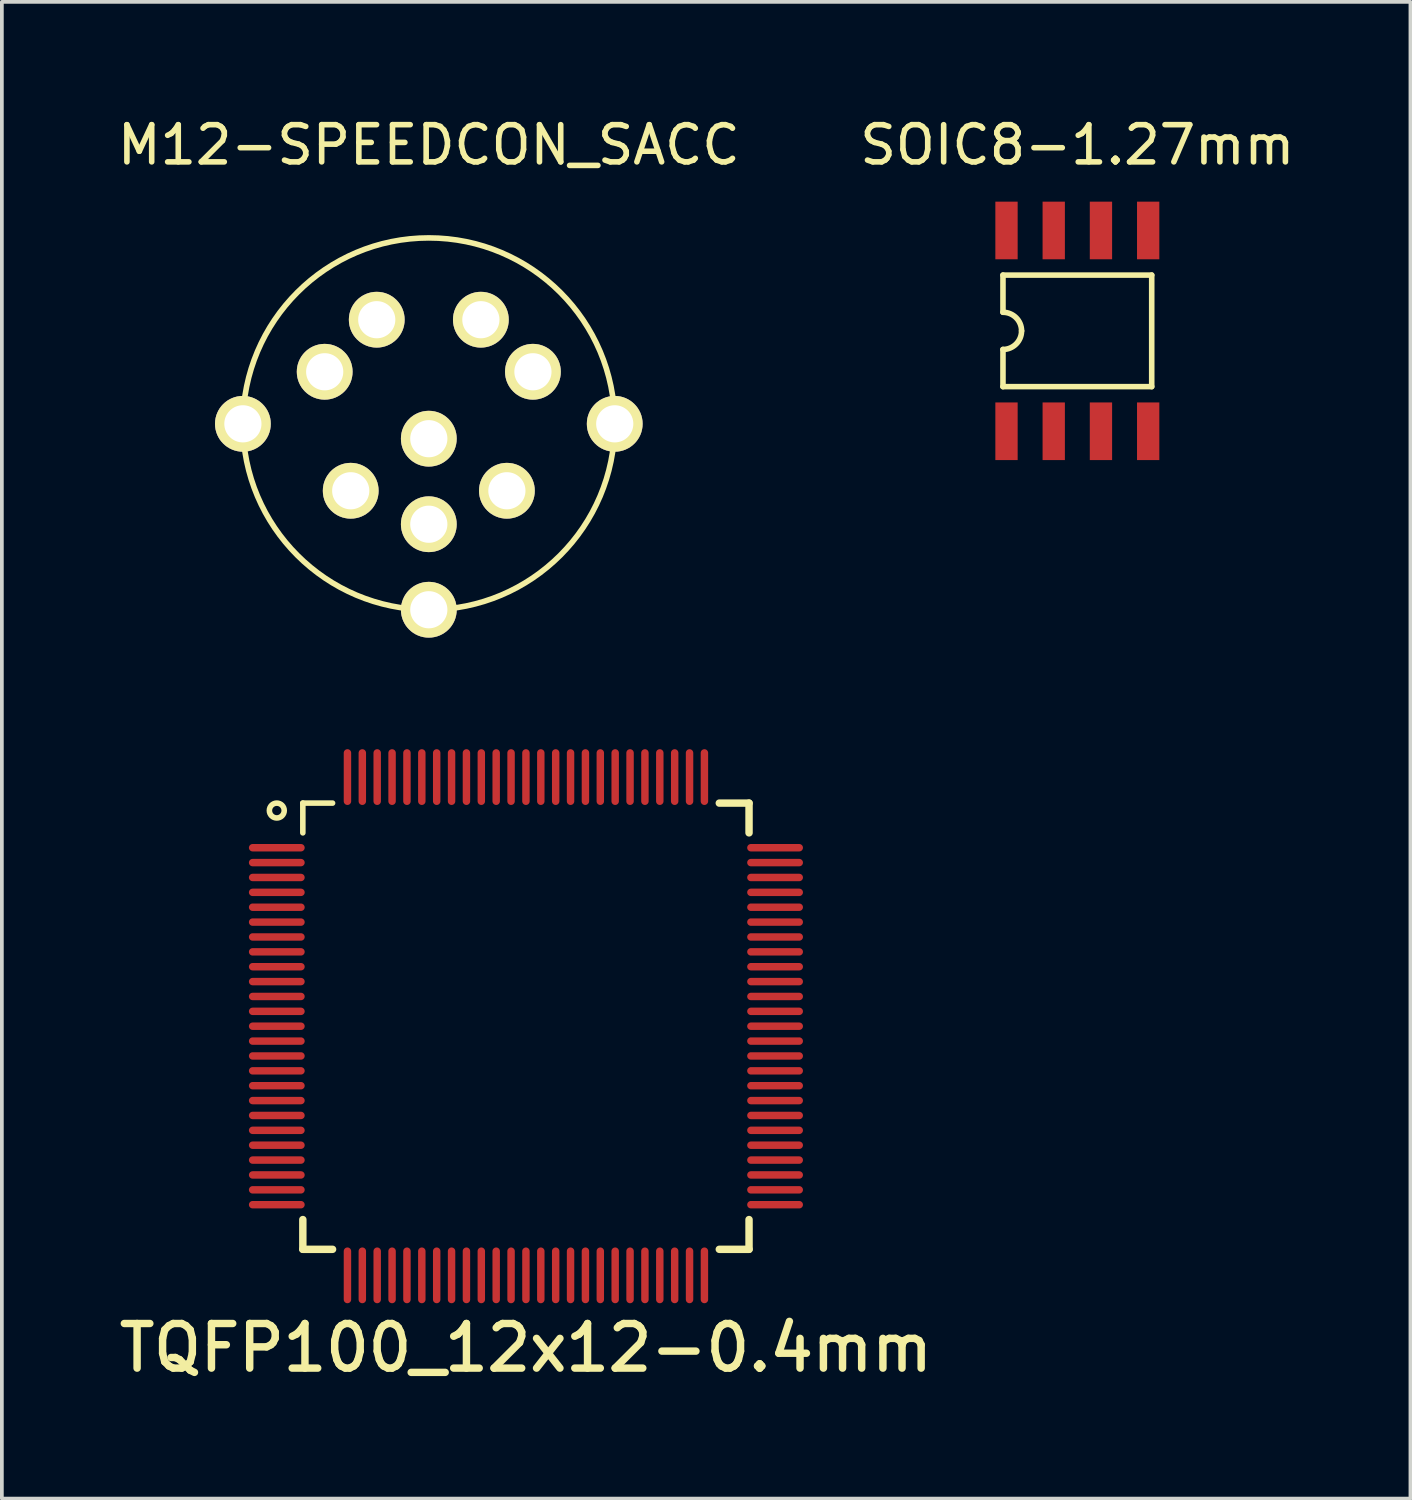
<source format=kicad_pcb>
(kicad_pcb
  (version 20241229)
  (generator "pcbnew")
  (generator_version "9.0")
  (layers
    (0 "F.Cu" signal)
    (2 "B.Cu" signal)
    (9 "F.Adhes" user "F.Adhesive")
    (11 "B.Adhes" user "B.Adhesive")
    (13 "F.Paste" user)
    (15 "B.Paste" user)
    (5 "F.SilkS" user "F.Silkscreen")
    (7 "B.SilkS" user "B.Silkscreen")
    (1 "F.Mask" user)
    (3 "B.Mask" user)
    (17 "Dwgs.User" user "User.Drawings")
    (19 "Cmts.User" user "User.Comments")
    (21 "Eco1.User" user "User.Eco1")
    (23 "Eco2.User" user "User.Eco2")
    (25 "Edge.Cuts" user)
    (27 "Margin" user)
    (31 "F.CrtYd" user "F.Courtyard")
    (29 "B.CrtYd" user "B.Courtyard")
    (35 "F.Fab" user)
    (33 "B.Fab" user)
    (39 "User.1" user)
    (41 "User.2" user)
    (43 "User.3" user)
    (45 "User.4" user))
  (footprint "SOIC8-1.27mm"
    (layer "F.Cu")
    (at 25.923 5.848)
    (property "Reference" "SOIC8-1.27mm" (at 0 -5 0) (layer "F.SilkS") (effects (font (size 1 1) (thickness 0.15))))
    (attr through_hole)
    (fp_line (start -2 -1.5) (end -2 -0.5) (stroke (width 0.15) (type solid)) (layer "F.SilkS"))
    (fp_line (start -2 -1.5) (end 2 -1.5) (stroke (width 0.15) (type solid)) (layer "F.SilkS"))
    (fp_line (start -2 1.5) (end -2 0.5) (stroke (width 0.15) (type solid)) (layer "F.SilkS"))
    (fp_line (start 2 -1.5) (end 2 1.5) (stroke (width 0.15) (type solid)) (layer "F.SilkS"))
    (fp_line (start 2 1.5) (end -2 1.5) (stroke (width 0.15) (type solid)) (layer "F.SilkS"))
    (fp_arc (start -2 -0.5) (mid -1.646447 -0.353553) (end -1.5 0) (stroke (width 0.15) (type solid)) (layer "F.SilkS"))
    (fp_arc (start -1.5 0) (mid -1.646447 0.353553) (end -2 0.5) (stroke (width 0.15) (type solid)) (layer "F.SilkS"))
    (pad "1" smd rect (at -1.905 2.7) (size 0.6 1.55) (layers "F.Cu" "F.Mask" "F.Paste"))
    (pad "2" smd rect (at -0.635 2.7) (size 0.6 1.55) (layers "F.Cu" "F.Mask" "F.Paste"))
    (pad "3" smd rect (at 0.635 2.7) (size 0.6 1.55) (layers "F.Cu" "F.Mask" "F.Paste"))
    (pad "4" smd rect (at 1.905 2.7) (size 0.6 1.55) (layers "F.Cu" "F.Mask" "F.Paste"))
    (pad "5" smd rect (at 1.905 -2.7) (size 0.6 1.55) (layers "F.Cu" "F.Mask" "F.Paste"))
    (pad "6" smd rect (at 0.635 -2.7) (size 0.6 1.55) (layers "F.Cu" "F.Mask" "F.Paste"))
    (pad "7" smd rect (at -0.635 -2.7) (size 0.6 1.55) (layers "F.Cu" "F.Mask" "F.Paste"))
    (pad "8" smd rect (at -1.905 -2.7) (size 0.6 1.55) (layers "F.Cu" "F.Mask" "F.Paste")))
  (footprint "M12-SPEEDCON_SACC"
    (layer "F.Cu")
    (at 8.482 8.348)
    (property "Reference" "M12-SPEEDCON_SACC" (at 0 -7.5 0) (layer "F.SilkS") (effects (font (size 1 1) (thickness 0.15))))
    (attr through_hole)
    (fp_circle (center 0 0) (end 5 0) (stroke (width 0.15) (type solid)) (fill no) (layer "F.SilkS"))
    (pad "" thru_hole circle (at -5 0) (size 1.5 1.5) (drill 1) (layers "*.Cu" "*.Mask" "F.SilkS"))
    (pad "" thru_hole circle (at 0 5) (size 1.5 1.5) (drill 1) (layers "*.Cu" "*.Mask" "F.SilkS"))
    (pad "" thru_hole circle (at 5 0) (size 1.5 1.5) (drill 1) (layers "*.Cu" "*.Mask" "F.SilkS"))
    (pad "1" thru_hole circle (at -2.8 -1.4) (size 1.5 1.5) (drill 1) (layers "*.Cu" "*.Mask" "F.SilkS"))
    (pad "2" thru_hole circle (at -1.4 -2.8) (size 1.5 1.5) (drill 1) (layers "*.Cu" "*.Mask" "F.SilkS"))
    (pad "3" thru_hole circle (at 1.4 -2.8) (size 1.5 1.5) (drill 1) (layers "*.Cu" "*.Mask" "F.SilkS"))
    (pad "4" thru_hole circle (at 2.8 -1.4) (size 1.5 1.5) (drill 1) (layers "*.Cu" "*.Mask" "F.SilkS"))
    (pad "5" thru_hole circle (at 2.1 1.8) (size 1.5 1.5) (drill 1) (layers "*.Cu" "*.Mask" "F.SilkS"))
    (pad "6" thru_hole circle (at 0 2.7) (size 1.5 1.5) (drill 1) (layers "*.Cu" "*.Mask" "F.SilkS"))
    (pad "7" thru_hole circle (at -2.1 1.8) (size 1.5 1.5) (drill 1) (layers "*.Cu" "*.Mask" "F.SilkS"))
    (pad "8" thru_hole circle (at 0 0.4) (size 1.5 1.5) (drill 1) (layers "*.Cu" "*.Mask" "F.SilkS")))
  (footprint "TQFP100_12x12-0.4mm"
    (layer "F.Cu")
    (at 11.094 24.548)
    (property "Reference" "TQFP100_12x12-0.4mm" (at 0 8.65 0) (layer "F.SilkS") (effects (font (size 1.2 1.2) (thickness 0.2))))
    (attr through_hole)
    (fp_line (start -6 -6) (end -6 -5.2) (stroke (width 0.15) (type solid)) (layer "F.SilkS"))
    (fp_line (start -6 6) (end -6 5.2) (stroke (width 0.2) (type solid)) (layer "F.SilkS"))
    (fp_line (start -5.2 -6) (end -6 -6) (stroke (width 0.15) (type solid)) (layer "F.SilkS"))
    (fp_line (start -5.2 6) (end -6 6) (stroke (width 0.2) (type solid)) (layer "F.SilkS"))
    (fp_line (start 5.2 -6) (end 6 -6) (stroke (width 0.2) (type solid)) (layer "F.SilkS"))
    (fp_line (start 5.2 6) (end 6 6) (stroke (width 0.2) (type solid)) (layer "F.SilkS"))
    (fp_line (start 6 -6) (end 6 -5.2) (stroke (width 0.2) (type solid)) (layer "F.SilkS"))
    (fp_line (start 6 6) (end 6 5.2) (stroke (width 0.2) (type solid)) (layer "F.SilkS"))
    (fp_circle (center -6.7 -5.8) (end -6.9 -5.8) (stroke (width 0.15) (type solid)) (fill no) (layer "F.SilkS"))
    (pad "1" smd oval (at -6.7 -4.8) (size 1.5 0.2) (layers "F.Cu" "F.Mask" "F.Paste"))
    (pad "2" smd oval (at -6.7 -4.4) (size 1.5 0.2) (layers "F.Cu" "F.Mask" "F.Paste"))
    (pad "3" smd oval (at -6.7 -4) (size 1.5 0.2) (layers "F.Cu" "F.Mask" "F.Paste"))
    (pad "4" smd oval (at -6.7 -3.6) (size 1.5 0.2) (layers "F.Cu" "F.Mask" "F.Paste"))
    (pad "5" smd oval (at -6.7 -3.2) (size 1.5 0.2) (layers "F.Cu" "F.Mask" "F.Paste"))
    (pad "6" smd oval (at -6.7 -2.8) (size 1.5 0.2) (layers "F.Cu" "F.Mask" "F.Paste"))
    (pad "7" smd oval (at -6.7 -2.4) (size 1.5 0.2) (layers "F.Cu" "F.Mask" "F.Paste"))
    (pad "8" smd oval (at -6.7 -2) (size 1.5 0.2) (layers "F.Cu" "F.Mask" "F.Paste"))
    (pad "9" smd oval (at -6.7 -1.6) (size 1.5 0.2) (layers "F.Cu" "F.Mask" "F.Paste"))
    (pad "10" smd oval (at -6.7 -1.2) (size 1.5 0.2) (layers "F.Cu" "F.Mask" "F.Paste"))
    (pad "11" smd oval (at -6.7 -0.8) (size 1.5 0.2) (layers "F.Cu" "F.Mask" "F.Paste"))
    (pad "12" smd oval (at -6.7 -0.4) (size 1.5 0.2) (layers "F.Cu" "F.Mask" "F.Paste"))
    (pad "13" smd oval (at -6.7 0) (size 1.5 0.2) (layers "F.Cu" "F.Mask" "F.Paste"))
    (pad "14" smd oval (at -6.7 0.4) (size 1.5 0.2) (layers "F.Cu" "F.Mask" "F.Paste"))
    (pad "15" smd oval (at -6.7 0.8) (size 1.5 0.2) (layers "F.Cu" "F.Mask" "F.Paste"))
    (pad "16" smd oval (at -6.7 1.2) (size 1.5 0.2) (layers "F.Cu" "F.Mask" "F.Paste"))
    (pad "17" smd oval (at -6.7 1.6) (size 1.5 0.2) (layers "F.Cu" "F.Mask" "F.Paste"))
    (pad "18" smd oval (at -6.7 2) (size 1.5 0.2) (layers "F.Cu" "F.Mask" "F.Paste"))
    (pad "19" smd oval (at -6.7 2.4) (size 1.5 0.2) (layers "F.Cu" "F.Mask" "F.Paste"))
    (pad "20" smd oval (at -6.7 2.8) (size 1.5 0.2) (layers "F.Cu" "F.Mask" "F.Paste"))
    (pad "21" smd oval (at -6.7 3.2) (size 1.5 0.2) (layers "F.Cu" "F.Mask" "F.Paste"))
    (pad "22" smd oval (at -6.7 3.6) (size 1.5 0.2) (layers "F.Cu" "F.Mask" "F.Paste"))
    (pad "23" smd oval (at -6.7 4) (size 1.5 0.2) (layers "F.Cu" "F.Mask" "F.Paste"))
    (pad "24" smd oval (at -6.7 4.4) (size 1.5 0.2) (layers "F.Cu" "F.Mask" "F.Paste"))
    (pad "25" smd oval (at -6.7 4.8) (size 1.5 0.2) (layers "F.Cu" "F.Mask" "F.Paste"))
    (pad "26" smd oval (at -4.8 6.7) (size 0.2 1.5) (layers "F.Cu" "F.Mask" "F.Paste"))
    (pad "27" smd oval (at -4.4 6.7) (size 0.2 1.5) (layers "F.Cu" "F.Mask" "F.Paste"))
    (pad "28" smd oval (at -4 6.7) (size 0.2 1.5) (layers "F.Cu" "F.Mask" "F.Paste"))
    (pad "29" smd oval (at -3.6 6.7) (size 0.2 1.5) (layers "F.Cu" "F.Mask" "F.Paste"))
    (pad "30" smd oval (at -3.2 6.7) (size 0.2 1.5) (layers "F.Cu" "F.Mask" "F.Paste"))
    (pad "31" smd oval (at -2.8 6.7) (size 0.2 1.5) (layers "F.Cu" "F.Mask" "F.Paste"))
    (pad "32" smd oval (at -2.4 6.7) (size 0.2 1.5) (layers "F.Cu" "F.Mask" "F.Paste"))
    (pad "33" smd oval (at -2 6.7) (size 0.2 1.5) (layers "F.Cu" "F.Mask" "F.Paste"))
    (pad "34" smd oval (at -1.6 6.7) (size 0.2 1.5) (layers "F.Cu" "F.Mask" "F.Paste"))
    (pad "35" smd oval (at -1.2 6.7) (size 0.2 1.5) (layers "F.Cu" "F.Mask" "F.Paste"))
    (pad "36" smd oval (at -0.8 6.7) (size 0.2 1.5) (layers "F.Cu" "F.Mask" "F.Paste"))
    (pad "37" smd oval (at -0.4 6.7) (size 0.2 1.5) (layers "F.Cu" "F.Mask" "F.Paste"))
    (pad "38" smd oval (at 0 6.7) (size 0.2 1.5) (layers "F.Cu" "F.Mask" "F.Paste"))
    (pad "39" smd oval (at 0.4 6.7) (size 0.2 1.5) (layers "F.Cu" "F.Mask" "F.Paste"))
    (pad "40" smd oval (at 0.8 6.7) (size 0.2 1.5) (layers "F.Cu" "F.Mask" "F.Paste"))
    (pad "41" smd oval (at 1.2 6.7) (size 0.2 1.5) (layers "F.Cu" "F.Mask" "F.Paste"))
    (pad "42" smd oval (at 1.6 6.7) (size 0.2 1.5) (layers "F.Cu" "F.Mask" "F.Paste"))
    (pad "43" smd oval (at 2 6.7) (size 0.2 1.5) (layers "F.Cu" "F.Mask" "F.Paste"))
    (pad "44" smd oval (at 2.4 6.7) (size 0.2 1.5) (layers "F.Cu" "F.Mask" "F.Paste"))
    (pad "45" smd oval (at 2.8 6.7) (size 0.2 1.5) (layers "F.Cu" "F.Mask" "F.Paste"))
    (pad "46" smd oval (at 3.2 6.7) (size 0.2 1.5) (layers "F.Cu" "F.Mask" "F.Paste"))
    (pad "47" smd oval (at 3.6 6.7) (size 0.2 1.5) (layers "F.Cu" "F.Mask" "F.Paste"))
    (pad "48" smd oval (at 4 6.7) (size 0.2 1.5) (layers "F.Cu" "F.Mask" "F.Paste"))
    (pad "49" smd oval (at 4.4 6.7) (size 0.2 1.5) (layers "F.Cu" "F.Mask" "F.Paste"))
    (pad "50" smd oval (at 4.8 6.7) (size 0.2 1.5) (layers "F.Cu" "F.Mask" "F.Paste"))
    (pad "51" smd oval (at 6.7 4.8) (size 1.5 0.2) (layers "F.Cu" "F.Mask" "F.Paste"))
    (pad "52" smd oval (at 6.7 4.4) (size 1.5 0.2) (layers "F.Cu" "F.Mask" "F.Paste"))
    (pad "53" smd oval (at 6.7 4) (size 1.5 0.2) (layers "F.Cu" "F.Mask" "F.Paste"))
    (pad "54" smd oval (at 6.7 3.6) (size 1.5 0.2) (layers "F.Cu" "F.Mask" "F.Paste"))
    (pad "55" smd oval (at 6.7 3.2) (size 1.5 0.2) (layers "F.Cu" "F.Mask" "F.Paste"))
    (pad "56" smd oval (at 6.7 2.8) (size 1.5 0.2) (layers "F.Cu" "F.Mask" "F.Paste"))
    (pad "57" smd oval (at 6.7 2.4) (size 1.5 0.2) (layers "F.Cu" "F.Mask" "F.Paste"))
    (pad "58" smd oval (at 6.7 2) (size 1.5 0.2) (layers "F.Cu" "F.Mask" "F.Paste"))
    (pad "59" smd oval (at 6.7 1.6) (size 1.5 0.2) (layers "F.Cu" "F.Mask" "F.Paste"))
    (pad "60" smd oval (at 6.7 1.2) (size 1.5 0.2) (layers "F.Cu" "F.Mask" "F.Paste"))
    (pad "61" smd oval (at 6.7 0.8) (size 1.5 0.2) (layers "F.Cu" "F.Mask" "F.Paste"))
    (pad "62" smd oval (at 6.7 0.4) (size 1.5 0.2) (layers "F.Cu" "F.Mask" "F.Paste"))
    (pad "63" smd oval (at 6.7 0) (size 1.5 0.2) (layers "F.Cu" "F.Mask" "F.Paste"))
    (pad "64" smd oval (at 6.7 -0.4) (size 1.5 0.2) (layers "F.Cu" "F.Mask" "F.Paste"))
    (pad "65" smd oval (at 6.7 -0.8) (size 1.5 0.2) (layers "F.Cu" "F.Mask" "F.Paste"))
    (pad "66" smd oval (at 6.7 -1.2) (size 1.5 0.2) (layers "F.Cu" "F.Mask" "F.Paste"))
    (pad "67" smd oval (at 6.7 -1.6) (size 1.5 0.2) (layers "F.Cu" "F.Mask" "F.Paste"))
    (pad "68" smd oval (at 6.7 -2) (size 1.5 0.2) (layers "F.Cu" "F.Mask" "F.Paste"))
    (pad "69" smd oval (at 6.7 -2.4) (size 1.5 0.2) (layers "F.Cu" "F.Mask" "F.Paste"))
    (pad "70" smd oval (at 6.7 -2.8) (size 1.5 0.2) (layers "F.Cu" "F.Mask" "F.Paste"))
    (pad "71" smd oval (at 6.7 -3.2) (size 1.5 0.2) (layers "F.Cu" "F.Mask" "F.Paste"))
    (pad "72" smd oval (at 6.7 -3.6) (size 1.5 0.2) (layers "F.Cu" "F.Mask" "F.Paste"))
    (pad "73" smd oval (at 6.7 -4) (size 1.5 0.2) (layers "F.Cu" "F.Mask" "F.Paste"))
    (pad "74" smd oval (at 6.7 -4.4) (size 1.5 0.2) (layers "F.Cu" "F.Mask" "F.Paste"))
    (pad "75" smd oval (at 6.7 -4.8) (size 1.5 0.2) (layers "F.Cu" "F.Mask" "F.Paste"))
    (pad "76" smd oval (at 4.8 -6.7) (size 0.2 1.5) (layers "F.Cu" "F.Mask" "F.Paste"))
    (pad "77" smd oval (at 4.4 -6.7) (size 0.2 1.5) (layers "F.Cu" "F.Mask" "F.Paste"))
    (pad "78" smd oval (at 4 -6.7) (size 0.2 1.5) (layers "F.Cu" "F.Mask" "F.Paste"))
    (pad "79" smd oval (at 3.6 -6.7) (size 0.2 1.5) (layers "F.Cu" "F.Mask" "F.Paste"))
    (pad "80" smd oval (at 3.2 -6.7) (size 0.2 1.5) (layers "F.Cu" "F.Mask" "F.Paste"))
    (pad "81" smd oval (at 2.8 -6.7) (size 0.2 1.5) (layers "F.Cu" "F.Mask" "F.Paste"))
    (pad "82" smd oval (at 2.4 -6.7) (size 0.2 1.5) (layers "F.Cu" "F.Mask" "F.Paste"))
    (pad "83" smd oval (at 2 -6.7) (size 0.2 1.5) (layers "F.Cu" "F.Mask" "F.Paste"))
    (pad "84" smd oval (at 1.6 -6.7) (size 0.2 1.5) (layers "F.Cu" "F.Mask" "F.Paste"))
    (pad "85" smd oval (at 1.2 -6.7) (size 0.2 1.5) (layers "F.Cu" "F.Mask" "F.Paste"))
    (pad "86" smd oval (at 0.8 -6.7) (size 0.2 1.5) (layers "F.Cu" "F.Mask" "F.Paste"))
    (pad "87" smd oval (at 0.4 -6.7) (size 0.2 1.5) (layers "F.Cu" "F.Mask" "F.Paste"))
    (pad "88" smd oval (at 0 -6.7) (size 0.2 1.5) (layers "F.Cu" "F.Mask" "F.Paste"))
    (pad "89" smd oval (at -0.4 -6.7) (size 0.2 1.5) (layers "F.Cu" "F.Mask" "F.Paste"))
    (pad "90" smd oval (at -0.8 -6.7) (size 0.2 1.5) (layers "F.Cu" "F.Mask" "F.Paste"))
    (pad "91" smd oval (at -1.2 -6.7) (size 0.2 1.5) (layers "F.Cu" "F.Mask" "F.Paste"))
    (pad "92" smd oval (at -1.6 -6.7) (size 0.2 1.5) (layers "F.Cu" "F.Mask" "F.Paste"))
    (pad "93" smd oval (at -2 -6.7) (size 0.2 1.5) (layers "F.Cu" "F.Mask" "F.Paste"))
    (pad "94" smd oval (at -2.4 -6.7) (size 0.2 1.5) (layers "F.Cu" "F.Mask" "F.Paste"))
    (pad "95" smd oval (at -2.8 -6.7) (size 0.2 1.5) (layers "F.Cu" "F.Mask" "F.Paste"))
    (pad "96" smd oval (at -3.2 -6.7) (size 0.2 1.5) (layers "F.Cu" "F.Mask" "F.Paste"))
    (pad "97" smd oval (at -3.6 -6.7) (size 0.2 1.5) (layers "F.Cu" "F.Mask" "F.Paste"))
    (pad "98" smd oval (at -4 -6.7) (size 0.2 1.5) (layers "F.Cu" "F.Mask" "F.Paste"))
    (pad "99" smd oval (at -4.4 -6.7) (size 0.2 1.5) (layers "F.Cu" "F.Mask" "F.Paste"))
    (pad "100" smd oval (at -4.8 -6.7) (size 0.2 1.5) (layers "F.Cu" "F.Mask" "F.Paste")))
  (gr_rect
    (start -3 -3)
    (end 34.881 37.251)
    (stroke (width 0.1) (type default))
    (fill no)
    (layer "Edge.Cuts")))
</source>
